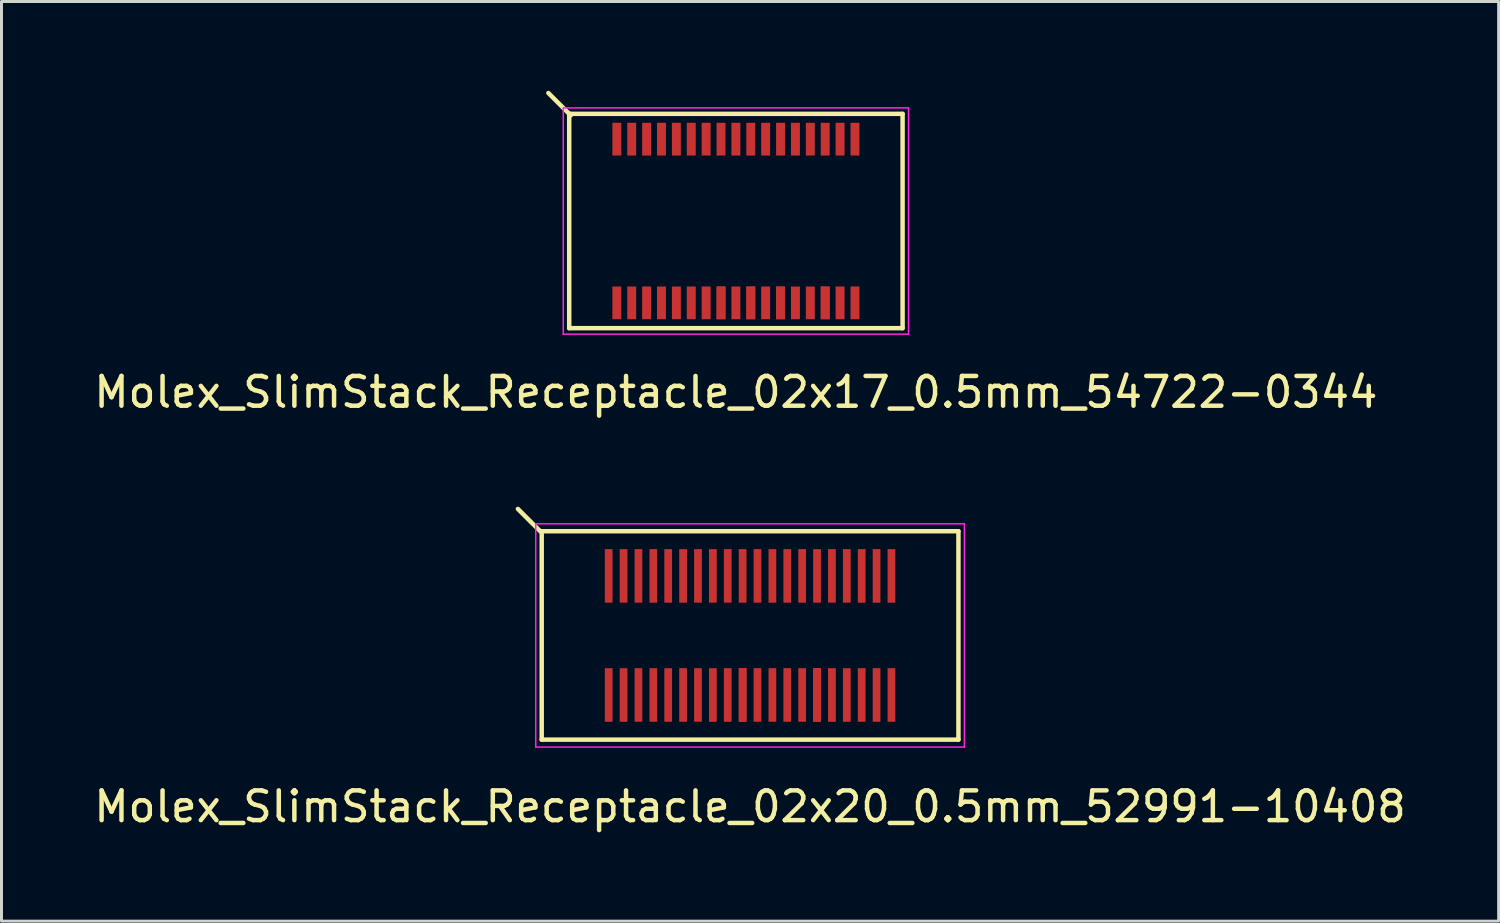
<source format=kicad_pcb>
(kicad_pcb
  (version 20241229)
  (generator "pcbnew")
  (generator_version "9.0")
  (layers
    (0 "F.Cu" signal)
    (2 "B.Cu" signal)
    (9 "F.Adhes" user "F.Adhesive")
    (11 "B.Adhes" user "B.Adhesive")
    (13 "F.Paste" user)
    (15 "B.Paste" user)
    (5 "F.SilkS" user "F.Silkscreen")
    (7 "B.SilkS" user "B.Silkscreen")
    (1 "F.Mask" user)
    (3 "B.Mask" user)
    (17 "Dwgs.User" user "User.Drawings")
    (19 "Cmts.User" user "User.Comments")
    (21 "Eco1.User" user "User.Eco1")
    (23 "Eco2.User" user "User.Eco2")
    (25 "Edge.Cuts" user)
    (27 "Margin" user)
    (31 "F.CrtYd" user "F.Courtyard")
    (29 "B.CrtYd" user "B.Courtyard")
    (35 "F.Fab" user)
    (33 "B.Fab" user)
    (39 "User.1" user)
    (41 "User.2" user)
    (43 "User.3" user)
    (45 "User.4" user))
  (footprint "Molex_SlimStack_Receptacle_02x20_0.5mm_52991-10408"
    (layer "F.Cu")
    (at 22.149 18.298)
    (property "Reference" "Molex_SlimStack_Receptacle_02x20_0.5mm_52991-10408" (at 0 5.75 0) (layer "F.SilkS") (effects (font (size 1 1) (thickness 0.15))))
    (attr smd)
    (fp_line (start -7.05 -3.5) (end -7.8 -4.25) (stroke (width 0.15) (type solid)) (layer "F.SilkS"))
    (fp_line (start -7 -3.5) (end -7 3.5) (stroke (width 0.15) (type solid)) (layer "F.SilkS"))
    (fp_line (start -7 3.5) (end 7 3.5) (stroke (width 0.15) (type solid)) (layer "F.SilkS"))
    (fp_line (start 7 -3.5) (end -7 -3.5) (stroke (width 0.15) (type solid)) (layer "F.SilkS"))
    (fp_line (start 7 3.5) (end 7 -3.5) (stroke (width 0.15) (type solid)) (layer "F.SilkS"))
    (fp_line (start -7.2 -3.75) (end -7.2 3.75) (stroke (width 0.05) (type solid)) (layer "F.CrtYd"))
    (fp_line (start -7.2 3.75) (end 7.2 3.75) (stroke (width 0.05) (type solid)) (layer "F.CrtYd"))
    (fp_line (start 7.2 -3.75) (end -7.2 -3.75) (stroke (width 0.05) (type solid)) (layer "F.CrtYd"))
    (fp_line (start 7.2 3.75) (end 7.2 -3.75) (stroke (width 0.05) (type solid)) (layer "F.CrtYd"))
    (pad "1" smd rect (at -4.75 -2) (size 0.26 1.8) (layers "F.Cu" "F.Mask" "F.Paste"))
    (pad "2" smd rect (at -4.75 2) (size 0.26 1.8) (layers "F.Cu" "F.Mask" "F.Paste"))
    (pad "3" smd rect (at -4.25 -2) (size 0.26 1.8) (layers "F.Cu" "F.Mask" "F.Paste"))
    (pad "4" smd rect (at -4.25 2) (size 0.26 1.8) (layers "F.Cu" "F.Mask" "F.Paste"))
    (pad "5" smd rect (at -3.75 -2) (size 0.26 1.8) (layers "F.Cu" "F.Mask" "F.Paste"))
    (pad "6" smd rect (at -3.75 2) (size 0.26 1.8) (layers "F.Cu" "F.Mask" "F.Paste"))
    (pad "7" smd rect (at -3.25 -2) (size 0.26 1.8) (layers "F.Cu" "F.Mask" "F.Paste"))
    (pad "8" smd rect (at -3.25 2) (size 0.26 1.8) (layers "F.Cu" "F.Mask" "F.Paste"))
    (pad "9" smd rect (at -2.75 -2) (size 0.26 1.8) (layers "F.Cu" "F.Mask" "F.Paste"))
    (pad "10" smd rect (at -2.75 2) (size 0.26 1.8) (layers "F.Cu" "F.Mask" "F.Paste"))
    (pad "11" smd rect (at -2.25 -2) (size 0.26 1.8) (layers "F.Cu" "F.Mask" "F.Paste"))
    (pad "12" smd rect (at -2.25 2) (size 0.26 1.8) (layers "F.Cu" "F.Mask" "F.Paste"))
    (pad "13" smd rect (at -1.75 -2) (size 0.26 1.8) (layers "F.Cu" "F.Mask" "F.Paste"))
    (pad "14" smd rect (at -1.75 2) (size 0.26 1.8) (layers "F.Cu" "F.Mask" "F.Paste"))
    (pad "15" smd rect (at -1.25 -2) (size 0.26 1.8) (layers "F.Cu" "F.Mask" "F.Paste"))
    (pad "16" smd rect (at -1.25 2) (size 0.26 1.8) (layers "F.Cu" "F.Mask" "F.Paste"))
    (pad "17" smd rect (at -0.75 -2) (size 0.26 1.8) (layers "F.Cu" "F.Mask" "F.Paste"))
    (pad "18" smd rect (at -0.75 2) (size 0.26 1.8) (layers "F.Cu" "F.Mask" "F.Paste"))
    (pad "19" smd rect (at -0.25 -2) (size 0.26 1.8) (layers "F.Cu" "F.Mask" "F.Paste"))
    (pad "20" smd rect (at -0.25 2) (size 0.26 1.8) (layers "F.Cu" "F.Mask" "F.Paste"))
    (pad "20" smd rect (at -0.25 2) (size 0.26 1.8) (layers "F.Cu" "F.Mask" "F.Paste"))
    (pad "21" smd rect (at 0.25 -2) (size 0.26 1.8) (layers "F.Cu" "F.Mask" "F.Paste"))
    (pad "22" smd rect (at 0.25 2) (size 0.26 1.8) (layers "F.Cu" "F.Mask" "F.Paste"))
    (pad "23" smd rect (at 0.75 -2) (size 0.26 1.8) (layers "F.Cu" "F.Mask" "F.Paste"))
    (pad "24" smd rect (at 0.75 2) (size 0.26 1.8) (layers "F.Cu" "F.Mask" "F.Paste"))
    (pad "25" smd rect (at 1.25 -2) (size 0.26 1.8) (layers "F.Cu" "F.Mask" "F.Paste"))
    (pad "26" smd rect (at 1.25 2) (size 0.26 1.8) (layers "F.Cu" "F.Mask" "F.Paste"))
    (pad "27" smd rect (at 1.75 -2) (size 0.26 1.8) (layers "F.Cu" "F.Mask" "F.Paste"))
    (pad "28" smd rect (at 1.75 2) (size 0.26 1.8) (layers "F.Cu" "F.Mask" "F.Paste"))
    (pad "29" smd rect (at 2.25 -2) (size 0.26 1.8) (layers "F.Cu" "F.Mask" "F.Paste"))
    (pad "30" smd rect (at 2.25 2) (size 0.26 1.8) (layers "F.Cu" "F.Mask" "F.Paste"))
    (pad "30" smd rect (at 2.25 2) (size 0.26 1.8) (layers "F.Cu" "F.Mask" "F.Paste"))
    (pad "31" smd rect (at 2.75 -2) (size 0.26 1.8) (layers "F.Cu" "F.Mask" "F.Paste"))
    (pad "32" smd rect (at 2.75 2) (size 0.26 1.8) (layers "F.Cu" "F.Mask" "F.Paste"))
    (pad "33" smd rect (at 3.25 -2) (size 0.26 1.8) (layers "F.Cu" "F.Mask" "F.Paste"))
    (pad "34" smd rect (at 3.25 2) (size 0.26 1.8) (layers "F.Cu" "F.Mask" "F.Paste"))
    (pad "35" smd rect (at 3.75 -2) (size 0.26 1.8) (layers "F.Cu" "F.Mask" "F.Paste"))
    (pad "36" smd rect (at 3.75 2) (size 0.26 1.8) (layers "F.Cu" "F.Mask" "F.Paste"))
    (pad "37" smd rect (at 4.25 -2) (size 0.26 1.8) (layers "F.Cu" "F.Mask" "F.Paste"))
    (pad "38" smd rect (at 4.25 2) (size 0.26 1.8) (layers "F.Cu" "F.Mask" "F.Paste"))
    (pad "39" smd rect (at 4.75 -2) (size 0.26 1.8) (layers "F.Cu" "F.Mask" "F.Paste"))
    (pad "40" smd rect (at 4.75 2) (size 0.26 1.8) (layers "F.Cu" "F.Mask" "F.Paste")))
  (footprint "Molex_SlimStack_Receptacle_02x17_0.5mm_54722-0344"
    (layer "F.Cu")
    (at 21.673 4.375)
    (property "Reference" "Molex_SlimStack_Receptacle_02x17_0.5mm_54722-0344" (at 0 5.75 0) (layer "F.SilkS") (effects (font (size 1 1) (thickness 0.15))))
    (attr smd)
    (fp_line (start -5.6 -3.6) (end -5.6 3.6) (stroke (width 0.15) (type solid)) (layer "F.SilkS"))
    (fp_line (start -5.6 3.6) (end 5.6 3.6) (stroke (width 0.15) (type solid)) (layer "F.SilkS"))
    (fp_line (start -5.55 -3.55) (end -6.3 -4.3) (stroke (width 0.15) (type solid)) (layer "F.SilkS"))
    (fp_line (start 5.6 -3.6) (end -5.6 -3.6) (stroke (width 0.15) (type solid)) (layer "F.SilkS"))
    (fp_line (start 5.6 3.6) (end 5.6 -3.6) (stroke (width 0.15) (type solid)) (layer "F.SilkS"))
    (fp_line (start -5.8 -3.8) (end -5.8 3.8) (stroke (width 0.05) (type solid)) (layer "F.CrtYd"))
    (fp_line (start -5.8 3.8) (end 5.8 3.8) (stroke (width 0.05) (type solid)) (layer "F.CrtYd"))
    (fp_line (start 5.8 -3.8) (end -5.8 -3.8) (stroke (width 0.05) (type solid)) (layer "F.CrtYd"))
    (fp_line (start 5.8 3.8) (end 5.8 -3.8) (stroke (width 0.05) (type solid)) (layer "F.CrtYd"))
    (pad "1" smd rect (at -4 -2.75) (size 0.3 1.1) (layers "F.Cu" "F.Mask" "F.Paste"))
    (pad "2" smd rect (at -4 2.75) (size 0.3 1.1) (layers "F.Cu" "F.Mask" "F.Paste"))
    (pad "3" smd rect (at -3.5 -2.75) (size 0.3 1.1) (layers "F.Cu" "F.Mask" "F.Paste"))
    (pad "4" smd rect (at -3.5 2.75) (size 0.3 1.1) (layers "F.Cu" "F.Mask" "F.Paste"))
    (pad "5" smd rect (at -3 -2.75) (size 0.3 1.1) (layers "F.Cu" "F.Mask" "F.Paste"))
    (pad "6" smd rect (at -3 2.75) (size 0.3 1.1) (layers "F.Cu" "F.Mask" "F.Paste"))
    (pad "7" smd rect (at -2.5 -2.75) (size 0.3 1.1) (layers "F.Cu" "F.Mask" "F.Paste"))
    (pad "8" smd rect (at -2.5 2.75) (size 0.3 1.1) (layers "F.Cu" "F.Mask" "F.Paste"))
    (pad "9" smd rect (at -2 -2.75) (size 0.3 1.1) (layers "F.Cu" "F.Mask" "F.Paste"))
    (pad "10" smd rect (at -2 2.75) (size 0.3 1.1) (layers "F.Cu" "F.Mask" "F.Paste"))
    (pad "11" smd rect (at -1.5 -2.75) (size 0.3 1.1) (layers "F.Cu" "F.Mask" "F.Paste"))
    (pad "12" smd rect (at -1.5 2.75) (size 0.3 1.1) (layers "F.Cu" "F.Mask" "F.Paste"))
    (pad "13" smd rect (at -1 -2.75) (size 0.3 1.1) (layers "F.Cu" "F.Mask" "F.Paste"))
    (pad "14" smd rect (at -1 2.75) (size 0.3 1.1) (layers "F.Cu" "F.Mask" "F.Paste"))
    (pad "15" smd rect (at -0.5 -2.75) (size 0.3 1.1) (layers "F.Cu" "F.Mask" "F.Paste"))
    (pad "16" smd rect (at -0.5 2.75) (size 0.3 1.1) (layers "F.Cu" "F.Mask" "F.Paste"))
    (pad "16" smd rect (at -0.5 2.75) (size 0.3 1.1) (layers "F.Cu" "F.Mask" "F.Paste"))
    (pad "17" smd rect (at 0 -2.75) (size 0.3 1.1) (layers "F.Cu" "F.Mask" "F.Paste"))
    (pad "18" smd rect (at 0 2.75) (size 0.3 1.1) (layers "F.Cu" "F.Mask" "F.Paste"))
    (pad "19" smd rect (at 0.5 -2.75) (size 0.3 1.1) (layers "F.Cu" "F.Mask" "F.Paste"))
    (pad "20" smd rect (at 0.5 2.75) (size 0.3 1.1) (layers "F.Cu" "F.Mask" "F.Paste"))
    (pad "20" smd rect (at 0.5 2.75) (size 0.3 1.1) (layers "F.Cu" "F.Mask" "F.Paste"))
    (pad "21" smd rect (at 1 -2.75) (size 0.3 1.1) (layers "F.Cu" "F.Mask" "F.Paste"))
    (pad "22" smd rect (at 1 2.75) (size 0.3 1.1) (layers "F.Cu" "F.Mask" "F.Paste"))
    (pad "23" smd rect (at 1.5 -2.75) (size 0.3 1.1) (layers "F.Cu" "F.Mask" "F.Paste"))
    (pad "24" smd rect (at 1.5 2.75) (size 0.3 1.1) (layers "F.Cu" "F.Mask" "F.Paste"))
    (pad "24" smd rect (at 1.5 2.75) (size 0.3 1.1) (layers "F.Cu" "F.Mask" "F.Paste"))
    (pad "25" smd rect (at 2 -2.75) (size 0.3 1.1) (layers "F.Cu" "F.Mask" "F.Paste"))
    (pad "26" smd rect (at 2 2.75) (size 0.3 1.1) (layers "F.Cu" "F.Mask" "F.Paste"))
    (pad "27" smd rect (at 2.5 -2.75) (size 0.3 1.1) (layers "F.Cu" "F.Mask" "F.Paste"))
    (pad "28" smd rect (at 2.5 2.75) (size 0.3 1.1) (layers "F.Cu" "F.Mask" "F.Paste"))
    (pad "29" smd rect (at 3 -2.75) (size 0.3 1.1) (layers "F.Cu" "F.Mask" "F.Paste"))
    (pad "30" smd rect (at 3 2.75) (size 0.3 1.1) (layers "F.Cu" "F.Mask" "F.Paste"))
    (pad "30" smd rect (at 3 2.75) (size 0.3 1.1) (layers "F.Cu" "F.Mask" "F.Paste"))
    (pad "31" smd rect (at 3.5 -2.75) (size 0.3 1.1) (layers "F.Cu" "F.Mask" "F.Paste"))
    (pad "32" smd rect (at 3.5 2.75) (size 0.3 1.1) (layers "F.Cu" "F.Mask" "F.Paste"))
    (pad "33" smd rect (at 4 -2.75) (size 0.3 1.1) (layers "F.Cu" "F.Mask" "F.Paste"))
    (pad "34" smd rect (at 4 2.75) (size 0.3 1.1) (layers "F.Cu" "F.Mask" "F.Paste")))
  (gr_rect
    (start -3 -3)
    (end 47.298 27.896)
    (stroke (width 0.1) (type default))
    (fill no)
    (layer "Edge.Cuts")))
</source>
